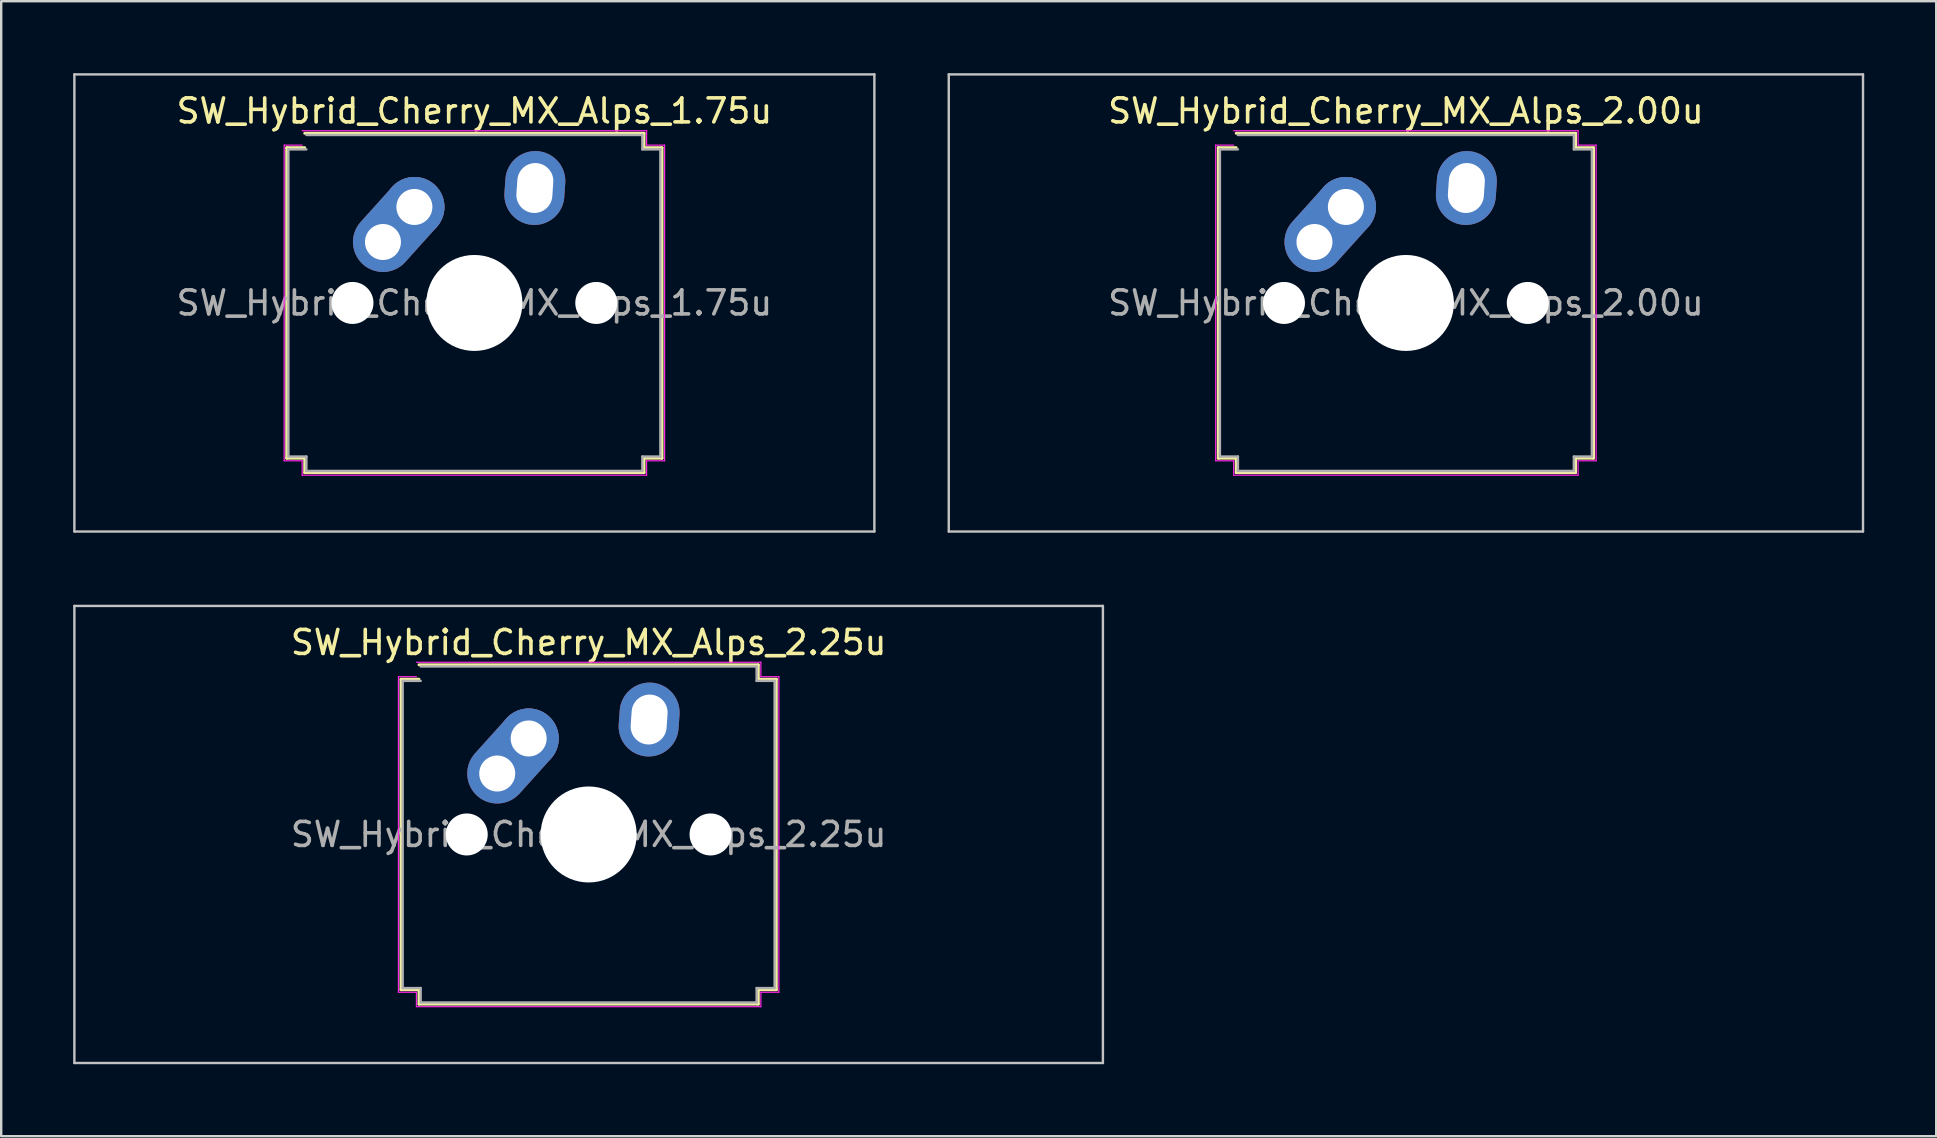
<source format=kicad_pcb>
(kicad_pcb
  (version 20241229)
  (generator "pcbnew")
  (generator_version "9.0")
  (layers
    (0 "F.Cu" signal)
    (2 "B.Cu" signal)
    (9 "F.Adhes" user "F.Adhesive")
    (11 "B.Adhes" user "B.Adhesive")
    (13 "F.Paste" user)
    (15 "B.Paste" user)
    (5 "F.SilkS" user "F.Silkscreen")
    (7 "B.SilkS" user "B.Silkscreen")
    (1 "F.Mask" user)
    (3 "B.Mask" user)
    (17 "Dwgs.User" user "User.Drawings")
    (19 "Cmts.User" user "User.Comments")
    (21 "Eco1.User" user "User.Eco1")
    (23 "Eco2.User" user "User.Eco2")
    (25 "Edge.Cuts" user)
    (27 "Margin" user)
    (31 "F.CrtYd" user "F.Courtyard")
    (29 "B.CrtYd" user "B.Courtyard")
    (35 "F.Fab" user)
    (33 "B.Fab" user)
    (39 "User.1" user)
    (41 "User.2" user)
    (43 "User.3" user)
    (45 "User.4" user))
  (footprint "SW_Hybrid_Cherry_MX_Alps_2.25u"
    (layer "F.Cu")
    (at 21.481 31.725)
    (property "Reference" "SW_Hybrid_Cherry_MX_Alps_2.25u" (at 0 -8 0) (layer "F.SilkS") (effects (font (size 1 1) (thickness 0.15))))
    (attr through_hole)
    (fp_line (start -7.821 -6.471) (end -7.071 -6.471) (stroke (width 0.12) (type solid)) (layer "F.SilkS"))
    (fp_line (start -7.821 6.471) (end -7.821 -6.471) (stroke (width 0.12) (type solid)) (layer "F.SilkS"))
    (fp_line (start -7.071 -7.071) (end 7.071 -7.071) (stroke (width 0.12) (type solid)) (layer "F.SilkS"))
    (fp_line (start -7.071 6.471) (end -7.821 6.471) (stroke (width 0.12) (type solid)) (layer "F.SilkS"))
    (fp_line (start -7.071 7.071) (end -7.071 6.471) (stroke (width 0.12) (type solid)) (layer "F.SilkS"))
    (fp_line (start 7.071 -7.071) (end 7.071 -6.471) (stroke (width 0.12) (type solid)) (layer "F.SilkS"))
    (fp_line (start 7.071 -6.471) (end 7.821 -6.471) (stroke (width 0.12) (type solid)) (layer "F.SilkS"))
    (fp_line (start 7.071 6.471) (end 7.071 7.071) (stroke (width 0.12) (type solid)) (layer "F.SilkS"))
    (fp_line (start 7.071 7.071) (end -7.071 7.071) (stroke (width 0.12) (type solid)) (layer "F.SilkS"))
    (fp_line (start 7.821 -6.471) (end 7.821 6.471) (stroke (width 0.12) (type solid)) (layer "F.SilkS"))
    (fp_line (start 7.821 6.471) (end 7.071 6.471) (stroke (width 0.12) (type solid)) (layer "F.SilkS"))
    (fp_line (start -21.431 -9.525) (end -21.431 9.525) (stroke (width 0.1) (type solid)) (layer "Dwgs.User"))
    (fp_line (start -21.431 9.525) (end 21.431 9.525) (stroke (width 0.1) (type solid)) (layer "Dwgs.User"))
    (fp_line (start 21.431 -9.525) (end -21.431 -9.525) (stroke (width 0.1) (type solid)) (layer "Dwgs.User"))
    (fp_line (start 21.431 9.525) (end 21.431 -9.525) (stroke (width 0.1) (type solid)) (layer "Dwgs.User"))
    (fp_line (start -7.927 -6.577) (end -7.177 -6.577) (stroke (width 0.05) (type solid)) (layer "F.CrtYd"))
    (fp_line (start -7.927 6.577) (end -7.927 -6.577) (stroke (width 0.05) (type solid)) (layer "F.CrtYd"))
    (fp_line (start -7.177 -7.177) (end 7.177 -7.177) (stroke (width 0.05) (type solid)) (layer "F.CrtYd"))
    (fp_line (start -7.177 6.577) (end -7.927 6.577) (stroke (width 0.05) (type solid)) (layer "F.CrtYd"))
    (fp_line (start -7.177 7.177) (end -7.177 6.577) (stroke (width 0.05) (type solid)) (layer "F.CrtYd"))
    (fp_line (start 7.177 -7.177) (end 7.177 -6.577) (stroke (width 0.05) (type solid)) (layer "F.CrtYd"))
    (fp_line (start 7.177 -6.577) (end 7.927 -6.577) (stroke (width 0.05) (type solid)) (layer "F.CrtYd"))
    (fp_line (start 7.177 6.577) (end 7.177 7.177) (stroke (width 0.05) (type solid)) (layer "F.CrtYd"))
    (fp_line (start 7.177 7.177) (end -7.177 7.177) (stroke (width 0.05) (type solid)) (layer "F.CrtYd"))
    (fp_line (start 7.927 -6.577) (end 7.927 6.577) (stroke (width 0.05) (type solid)) (layer "F.CrtYd"))
    (fp_line (start 7.927 6.577) (end 7.177 6.577) (stroke (width 0.05) (type solid)) (layer "F.CrtYd"))
    (fp_line (start -7.75 -6.4) (end -7 -6.4) (stroke (width 0.1) (type solid)) (layer "F.Fab"))
    (fp_line (start -7.75 6.4) (end -7.75 -6.4) (stroke (width 0.1) (type solid)) (layer "F.Fab"))
    (fp_line (start -7 -7) (end 7 -7) (stroke (width 0.1) (type solid)) (layer "F.Fab"))
    (fp_line (start -7 6.4) (end -7.75 6.4) (stroke (width 0.1) (type solid)) (layer "F.Fab"))
    (fp_line (start -7 7) (end -7 6.4) (stroke (width 0.1) (type solid)) (layer "F.Fab"))
    (fp_line (start 7 -7) (end 7 -6.4) (stroke (width 0.1) (type solid)) (layer "F.Fab"))
    (fp_line (start 7 -6.4) (end 7.75 -6.4) (stroke (width 0.1) (type solid)) (layer "F.Fab"))
    (fp_line (start 7 6.4) (end 7 7) (stroke (width 0.1) (type solid)) (layer "F.Fab"))
    (fp_line (start 7 7) (end -7 7) (stroke (width 0.1) (type solid)) (layer "F.Fab"))
    (fp_line (start 7.75 -6.4) (end 7.75 6.4) (stroke (width 0.1) (type solid)) (layer "F.Fab"))
    (fp_line (start 7.75 6.4) (end 7 6.4) (stroke (width 0.1) (type solid)) (layer "F.Fab"))
    (fp_text user "${REFERENCE}" (at 0 0 0) (layer "F.Fab") (effects (font (size 1 1) (thickness 0.15))))
    (pad "" np_thru_hole circle (at -5.08 0) (size 1.75 1.75) (drill 1.75) (layers "*.Cu" "*.Mask"))
    (pad "" smd circle (at -3.81 -2.54 48) (size 1.55 1.55) (layers "F.Mask"))
    (pad "" smd circle (at -2.5 -4) (size 1.55 1.55) (layers "F.Mask"))
    (pad "" np_thru_hole circle (at 0 0) (size 4 4) (drill 4) (layers "*.Cu" "*.Mask"))
    (pad "" smd oval (at 2.52 -4.79 86) (size 2.131 1.55) (layers "F.Mask"))
    (pad "" np_thru_hole circle (at 5.08 0) (size 1.75 1.75) (drill 1.75) (layers "*.Cu" "*.Mask"))
    (pad "1" thru_hole oval (at -3.81 -2.54 48) (size 4.462 2.5) (drill 1.5 (offset 0.981 0)) (layers "*.Cu" "B.Mask"))
    (pad "1" thru_hole circle (at -2.5 -4) (size 2.5 2.5) (drill 1.5) (layers "*.Cu" "B.Mask"))
    (pad "2" thru_hole oval (at 2.52 -4.79 86) (size 3.081 2.5) (drill oval 2.081 1.5) (layers "*.Cu" "B.Mask")))
  (footprint "SW_Hybrid_Cherry_MX_Alps_2.00u"
    (layer "F.Cu")
    (at 55.538 9.575)
    (property "Reference" "SW_Hybrid_Cherry_MX_Alps_2.00u" (at 0 -8 0) (layer "F.SilkS") (effects (font (size 1 1) (thickness 0.15))))
    (attr through_hole)
    (fp_line (start -7.821 -6.471) (end -7.071 -6.471) (stroke (width 0.12) (type solid)) (layer "F.SilkS"))
    (fp_line (start -7.821 6.471) (end -7.821 -6.471) (stroke (width 0.12) (type solid)) (layer "F.SilkS"))
    (fp_line (start -7.071 -7.071) (end 7.071 -7.071) (stroke (width 0.12) (type solid)) (layer "F.SilkS"))
    (fp_line (start -7.071 6.471) (end -7.821 6.471) (stroke (width 0.12) (type solid)) (layer "F.SilkS"))
    (fp_line (start -7.071 7.071) (end -7.071 6.471) (stroke (width 0.12) (type solid)) (layer "F.SilkS"))
    (fp_line (start 7.071 -7.071) (end 7.071 -6.471) (stroke (width 0.12) (type solid)) (layer "F.SilkS"))
    (fp_line (start 7.071 -6.471) (end 7.821 -6.471) (stroke (width 0.12) (type solid)) (layer "F.SilkS"))
    (fp_line (start 7.071 6.471) (end 7.071 7.071) (stroke (width 0.12) (type solid)) (layer "F.SilkS"))
    (fp_line (start 7.071 7.071) (end -7.071 7.071) (stroke (width 0.12) (type solid)) (layer "F.SilkS"))
    (fp_line (start 7.821 -6.471) (end 7.821 6.471) (stroke (width 0.12) (type solid)) (layer "F.SilkS"))
    (fp_line (start 7.821 6.471) (end 7.071 6.471) (stroke (width 0.12) (type solid)) (layer "F.SilkS"))
    (fp_line (start -19.05 -9.525) (end -19.05 9.525) (stroke (width 0.1) (type solid)) (layer "Dwgs.User"))
    (fp_line (start -19.05 9.525) (end 19.05 9.525) (stroke (width 0.1) (type solid)) (layer "Dwgs.User"))
    (fp_line (start 19.05 -9.525) (end -19.05 -9.525) (stroke (width 0.1) (type solid)) (layer "Dwgs.User"))
    (fp_line (start 19.05 9.525) (end 19.05 -9.525) (stroke (width 0.1) (type solid)) (layer "Dwgs.User"))
    (fp_line (start -7.927 -6.577) (end -7.177 -6.577) (stroke (width 0.05) (type solid)) (layer "F.CrtYd"))
    (fp_line (start -7.927 6.577) (end -7.927 -6.577) (stroke (width 0.05) (type solid)) (layer "F.CrtYd"))
    (fp_line (start -7.177 -7.177) (end 7.177 -7.177) (stroke (width 0.05) (type solid)) (layer "F.CrtYd"))
    (fp_line (start -7.177 6.577) (end -7.927 6.577) (stroke (width 0.05) (type solid)) (layer "F.CrtYd"))
    (fp_line (start -7.177 7.177) (end -7.177 6.577) (stroke (width 0.05) (type solid)) (layer "F.CrtYd"))
    (fp_line (start 7.177 -7.177) (end 7.177 -6.577) (stroke (width 0.05) (type solid)) (layer "F.CrtYd"))
    (fp_line (start 7.177 -6.577) (end 7.927 -6.577) (stroke (width 0.05) (type solid)) (layer "F.CrtYd"))
    (fp_line (start 7.177 6.577) (end 7.177 7.177) (stroke (width 0.05) (type solid)) (layer "F.CrtYd"))
    (fp_line (start 7.177 7.177) (end -7.177 7.177) (stroke (width 0.05) (type solid)) (layer "F.CrtYd"))
    (fp_line (start 7.927 -6.577) (end 7.927 6.577) (stroke (width 0.05) (type solid)) (layer "F.CrtYd"))
    (fp_line (start 7.927 6.577) (end 7.177 6.577) (stroke (width 0.05) (type solid)) (layer "F.CrtYd"))
    (fp_line (start -7.75 -6.4) (end -7 -6.4) (stroke (width 0.1) (type solid)) (layer "F.Fab"))
    (fp_line (start -7.75 6.4) (end -7.75 -6.4) (stroke (width 0.1) (type solid)) (layer "F.Fab"))
    (fp_line (start -7 -7) (end 7 -7) (stroke (width 0.1) (type solid)) (layer "F.Fab"))
    (fp_line (start -7 6.4) (end -7.75 6.4) (stroke (width 0.1) (type solid)) (layer "F.Fab"))
    (fp_line (start -7 7) (end -7 6.4) (stroke (width 0.1) (type solid)) (layer "F.Fab"))
    (fp_line (start 7 -7) (end 7 -6.4) (stroke (width 0.1) (type solid)) (layer "F.Fab"))
    (fp_line (start 7 -6.4) (end 7.75 -6.4) (stroke (width 0.1) (type solid)) (layer "F.Fab"))
    (fp_line (start 7 6.4) (end 7 7) (stroke (width 0.1) (type solid)) (layer "F.Fab"))
    (fp_line (start 7 7) (end -7 7) (stroke (width 0.1) (type solid)) (layer "F.Fab"))
    (fp_line (start 7.75 -6.4) (end 7.75 6.4) (stroke (width 0.1) (type solid)) (layer "F.Fab"))
    (fp_line (start 7.75 6.4) (end 7 6.4) (stroke (width 0.1) (type solid)) (layer "F.Fab"))
    (fp_text user "${REFERENCE}" (at 0 0 0) (layer "F.Fab") (effects (font (size 1 1) (thickness 0.15))))
    (pad "" np_thru_hole circle (at -5.08 0) (size 1.75 1.75) (drill 1.75) (layers "*.Cu" "*.Mask"))
    (pad "" smd circle (at -3.81 -2.54 48) (size 1.55 1.55) (layers "F.Mask"))
    (pad "" smd circle (at -2.5 -4) (size 1.55 1.55) (layers "F.Mask"))
    (pad "" np_thru_hole circle (at 0 0) (size 4 4) (drill 4) (layers "*.Cu" "*.Mask"))
    (pad "" smd oval (at 2.52 -4.79 86) (size 2.131 1.55) (layers "F.Mask"))
    (pad "" np_thru_hole circle (at 5.08 0) (size 1.75 1.75) (drill 1.75) (layers "*.Cu" "*.Mask"))
    (pad "1" thru_hole oval (at -3.81 -2.54 48) (size 4.462 2.5) (drill 1.5 (offset 0.981 0)) (layers "*.Cu" "B.Mask"))
    (pad "1" thru_hole circle (at -2.5 -4) (size 2.5 2.5) (drill 1.5) (layers "*.Cu" "B.Mask"))
    (pad "2" thru_hole oval (at 2.52 -4.79 86) (size 3.081 2.5) (drill oval 2.081 1.5) (layers "*.Cu" "B.Mask")))
  (footprint "SW_Hybrid_Cherry_MX_Alps_1.75u"
    (layer "F.Cu")
    (at 16.719 9.575)
    (property "Reference" "SW_Hybrid_Cherry_MX_Alps_1.75u" (at 0 -8 0) (layer "F.SilkS") (effects (font (size 1 1) (thickness 0.15))))
    (attr through_hole)
    (fp_line (start -7.821 -6.471) (end -7.071 -6.471) (stroke (width 0.12) (type solid)) (layer "F.SilkS"))
    (fp_line (start -7.821 6.471) (end -7.821 -6.471) (stroke (width 0.12) (type solid)) (layer "F.SilkS"))
    (fp_line (start -7.071 -7.071) (end 7.071 -7.071) (stroke (width 0.12) (type solid)) (layer "F.SilkS"))
    (fp_line (start -7.071 6.471) (end -7.821 6.471) (stroke (width 0.12) (type solid)) (layer "F.SilkS"))
    (fp_line (start -7.071 7.071) (end -7.071 6.471) (stroke (width 0.12) (type solid)) (layer "F.SilkS"))
    (fp_line (start 7.071 -7.071) (end 7.071 -6.471) (stroke (width 0.12) (type solid)) (layer "F.SilkS"))
    (fp_line (start 7.071 -6.471) (end 7.821 -6.471) (stroke (width 0.12) (type solid)) (layer "F.SilkS"))
    (fp_line (start 7.071 6.471) (end 7.071 7.071) (stroke (width 0.12) (type solid)) (layer "F.SilkS"))
    (fp_line (start 7.071 7.071) (end -7.071 7.071) (stroke (width 0.12) (type solid)) (layer "F.SilkS"))
    (fp_line (start 7.821 -6.471) (end 7.821 6.471) (stroke (width 0.12) (type solid)) (layer "F.SilkS"))
    (fp_line (start 7.821 6.471) (end 7.071 6.471) (stroke (width 0.12) (type solid)) (layer "F.SilkS"))
    (fp_line (start -16.669 -9.525) (end -16.669 9.525) (stroke (width 0.1) (type solid)) (layer "Dwgs.User"))
    (fp_line (start -16.669 9.525) (end 16.669 9.525) (stroke (width 0.1) (type solid)) (layer "Dwgs.User"))
    (fp_line (start 16.669 -9.525) (end -16.669 -9.525) (stroke (width 0.1) (type solid)) (layer "Dwgs.User"))
    (fp_line (start 16.669 9.525) (end 16.669 -9.525) (stroke (width 0.1) (type solid)) (layer "Dwgs.User"))
    (fp_line (start -7.927 -6.577) (end -7.177 -6.577) (stroke (width 0.05) (type solid)) (layer "F.CrtYd"))
    (fp_line (start -7.927 6.577) (end -7.927 -6.577) (stroke (width 0.05) (type solid)) (layer "F.CrtYd"))
    (fp_line (start -7.177 -7.177) (end 7.177 -7.177) (stroke (width 0.05) (type solid)) (layer "F.CrtYd"))
    (fp_line (start -7.177 6.577) (end -7.927 6.577) (stroke (width 0.05) (type solid)) (layer "F.CrtYd"))
    (fp_line (start -7.177 7.177) (end -7.177 6.577) (stroke (width 0.05) (type solid)) (layer "F.CrtYd"))
    (fp_line (start 7.177 -7.177) (end 7.177 -6.577) (stroke (width 0.05) (type solid)) (layer "F.CrtYd"))
    (fp_line (start 7.177 -6.577) (end 7.927 -6.577) (stroke (width 0.05) (type solid)) (layer "F.CrtYd"))
    (fp_line (start 7.177 6.577) (end 7.177 7.177) (stroke (width 0.05) (type solid)) (layer "F.CrtYd"))
    (fp_line (start 7.177 7.177) (end -7.177 7.177) (stroke (width 0.05) (type solid)) (layer "F.CrtYd"))
    (fp_line (start 7.927 -6.577) (end 7.927 6.577) (stroke (width 0.05) (type solid)) (layer "F.CrtYd"))
    (fp_line (start 7.927 6.577) (end 7.177 6.577) (stroke (width 0.05) (type solid)) (layer "F.CrtYd"))
    (fp_line (start -7.75 -6.4) (end -7 -6.4) (stroke (width 0.1) (type solid)) (layer "F.Fab"))
    (fp_line (start -7.75 6.4) (end -7.75 -6.4) (stroke (width 0.1) (type solid)) (layer "F.Fab"))
    (fp_line (start -7 -7) (end 7 -7) (stroke (width 0.1) (type solid)) (layer "F.Fab"))
    (fp_line (start -7 6.4) (end -7.75 6.4) (stroke (width 0.1) (type solid)) (layer "F.Fab"))
    (fp_line (start -7 7) (end -7 6.4) (stroke (width 0.1) (type solid)) (layer "F.Fab"))
    (fp_line (start 7 -7) (end 7 -6.4) (stroke (width 0.1) (type solid)) (layer "F.Fab"))
    (fp_line (start 7 -6.4) (end 7.75 -6.4) (stroke (width 0.1) (type solid)) (layer "F.Fab"))
    (fp_line (start 7 6.4) (end 7 7) (stroke (width 0.1) (type solid)) (layer "F.Fab"))
    (fp_line (start 7 7) (end -7 7) (stroke (width 0.1) (type solid)) (layer "F.Fab"))
    (fp_line (start 7.75 -6.4) (end 7.75 6.4) (stroke (width 0.1) (type solid)) (layer "F.Fab"))
    (fp_line (start 7.75 6.4) (end 7 6.4) (stroke (width 0.1) (type solid)) (layer "F.Fab"))
    (fp_text user "${REFERENCE}" (at 0 0 0) (layer "F.Fab") (effects (font (size 1 1) (thickness 0.15))))
    (pad "" np_thru_hole circle (at -5.08 0) (size 1.75 1.75) (drill 1.75) (layers "*.Cu" "*.Mask"))
    (pad "" smd circle (at -3.81 -2.54 48) (size 1.55 1.55) (layers "F.Mask"))
    (pad "" smd circle (at -2.5 -4) (size 1.55 1.55) (layers "F.Mask"))
    (pad "" np_thru_hole circle (at 0 0) (size 4 4) (drill 4) (layers "*.Cu" "*.Mask"))
    (pad "" smd oval (at 2.52 -4.79 86) (size 2.131 1.55) (layers "F.Mask"))
    (pad "" np_thru_hole circle (at 5.08 0) (size 1.75 1.75) (drill 1.75) (layers "*.Cu" "*.Mask"))
    (pad "1" thru_hole oval (at -3.81 -2.54 48) (size 4.462 2.5) (drill 1.5 (offset 0.981 0)) (layers "*.Cu" "B.Mask"))
    (pad "1" thru_hole circle (at -2.5 -4) (size 2.5 2.5) (drill 1.5) (layers "*.Cu" "B.Mask"))
    (pad "2" thru_hole oval (at 2.52 -4.79 86) (size 3.081 2.5) (drill oval 2.081 1.5) (layers "*.Cu" "B.Mask")))
  (gr_rect
    (start -3 -3)
    (end 77.638 44.3)
    (stroke (width 0.1) (type default))
    (fill no)
    (layer "Edge.Cuts")))
</source>
